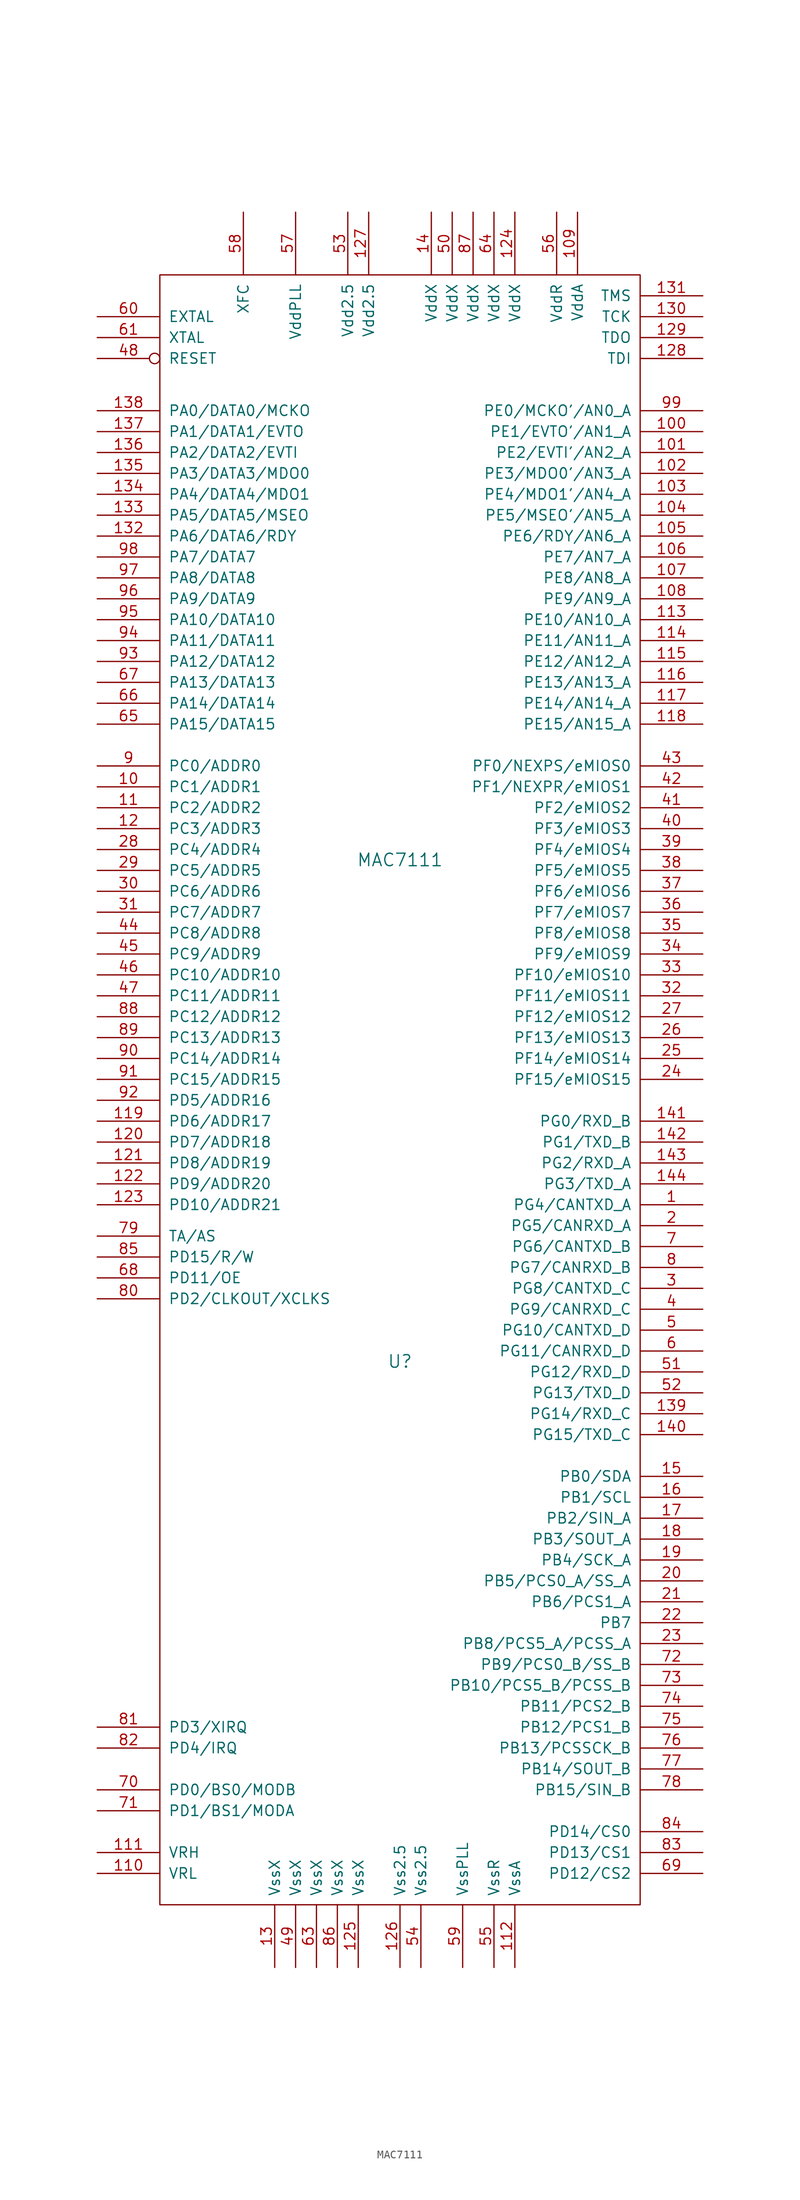
<source format=kicad_sym>
(kicad_symbol_lib
  (version 20211014)
  (generator kicad_symbol_editor)
  (symbol "MAC7111"
    (pin_names
      (offset 1.016))
    (property "Reference" "U"
      (at 0 -43.18 0)
      (effects (font (size 1.524 1.524))))
    (property "Value" "MAC7111"
      (at 0 17.78 0)
      (effects (font (size 1.524 1.524))))
    (property "Footprint" ""
      (at 0 0 0)
      (effects (font (size 1.524 1.524))))
    (property "Datasheet" ""
      (at 0 0 0)
      (effects (font (size 1.524 1.524))))
    (symbol "MAC7111_0_1"
      (rectangle (start 29.21 -109.22) (end -29.21 88.9) (stroke (width 0) (type default) (color 0 0 0 0)) (fill (type none))))
    (symbol "MAC7111_1_1"
      (pin bidirectional line (at 36.83 -24.13 180) (length 7.62) (name "PG4/CANTXD_A" (effects (font (size 1.27 1.27)))) (number "1" (effects (font (size 1.27 1.27)))))
      (pin bidirectional line (at -36.83 26.67 0) (length 7.62) (name "PC1/ADDR1" (effects (font (size 1.27 1.27)))) (number "10" (effects (font (size 1.27 1.27)))))
      (pin bidirectional line (at 36.83 69.85 180) (length 7.62) (name "PE1/EVTO'/AN1_A" (effects (font (size 1.27 1.27)))) (number "100" (effects (font (size 1.27 1.27)))))
      (pin bidirectional line (at 36.83 67.31 180) (length 7.62) (name "PE2/EVTI'/AN2_A" (effects (font (size 1.27 1.27)))) (number "101" (effects (font (size 1.27 1.27)))))
      (pin bidirectional line (at 36.83 64.77 180) (length 7.62) (name "PE3/MDO0'/AN3_A" (effects (font (size 1.27 1.27)))) (number "102" (effects (font (size 1.27 1.27)))))
      (pin bidirectional line (at 36.83 62.23 180) (length 7.62) (name "PE4/MDO1'/AN4_A" (effects (font (size 1.27 1.27)))) (number "103" (effects (font (size 1.27 1.27)))))
      (pin bidirectional line (at 36.83 59.69 180) (length 7.62) (name "PE5/MSEO'/AN5_A" (effects (font (size 1.27 1.27)))) (number "104" (effects (font (size 1.27 1.27)))))
      (pin bidirectional line (at 36.83 57.15 180) (length 7.62) (name "PE6/RDY/AN6_A" (effects (font (size 1.27 1.27)))) (number "105" (effects (font (size 1.27 1.27)))))
      (pin bidirectional line (at 36.83 54.61 180) (length 7.62) (name "PE7/AN7_A" (effects (font (size 1.27 1.27)))) (number "106" (effects (font (size 1.27 1.27)))))
      (pin bidirectional line (at 36.83 52.07 180) (length 7.62) (name "PE8/AN8_A" (effects (font (size 1.27 1.27)))) (number "107" (effects (font (size 1.27 1.27)))))
      (pin bidirectional line (at 36.83 49.53 180) (length 7.62) (name "PE9/AN9_A" (effects (font (size 1.27 1.27)))) (number "108" (effects (font (size 1.27 1.27)))))
      (pin power_in line (at 21.59 96.52 270) (length 7.62) (name "VddA" (effects (font (size 1.27 1.27)))) (number "109" (effects (font (size 1.27 1.27)))))
      (pin bidirectional line (at -36.83 24.13 0) (length 7.62) (name "PC2/ADDR2" (effects (font (size 1.27 1.27)))) (number "11" (effects (font (size 1.27 1.27)))))
      (pin passive line (at -36.83 -105.41 0) (length 7.62) (name "VRL" (effects (font (size 1.27 1.27)))) (number "110" (effects (font (size 1.27 1.27)))))
      (pin passive line (at -36.83 -102.87 0) (length 7.62) (name "VRH" (effects (font (size 1.27 1.27)))) (number "111" (effects (font (size 1.27 1.27)))))
      (pin power_in line (at 13.97 -116.84 90) (length 7.62) (name "VssA" (effects (font (size 1.27 1.27)))) (number "112" (effects (font (size 1.27 1.27)))))
      (pin bidirectional line (at 36.83 46.99 180) (length 7.62) (name "PE10/AN10_A" (effects (font (size 1.27 1.27)))) (number "113" (effects (font (size 1.27 1.27)))))
      (pin bidirectional line (at 36.83 44.45 180) (length 7.62) (name "PE11/AN11_A" (effects (font (size 1.27 1.27)))) (number "114" (effects (font (size 1.27 1.27)))))
      (pin bidirectional line (at 36.83 41.91 180) (length 7.62) (name "PE12/AN12_A" (effects (font (size 1.27 1.27)))) (number "115" (effects (font (size 1.27 1.27)))))
      (pin bidirectional line (at 36.83 39.37 180) (length 7.62) (name "PE13/AN13_A" (effects (font (size 1.27 1.27)))) (number "116" (effects (font (size 1.27 1.27)))))
      (pin bidirectional line (at 36.83 36.83 180) (length 7.62) (name "PE14/AN14_A" (effects (font (size 1.27 1.27)))) (number "117" (effects (font (size 1.27 1.27)))))
      (pin bidirectional line (at 36.83 34.29 180) (length 7.62) (name "PE15/AN15_A" (effects (font (size 1.27 1.27)))) (number "118" (effects (font (size 1.27 1.27)))))
      (pin bidirectional line (at -36.83 -13.97 0) (length 7.62) (name "PD6/ADDR17" (effects (font (size 1.27 1.27)))) (number "119" (effects (font (size 1.27 1.27)))))
      (pin bidirectional line (at -36.83 21.59 0) (length 7.62) (name "PC3/ADDR3" (effects (font (size 1.27 1.27)))) (number "12" (effects (font (size 1.27 1.27)))))
      (pin bidirectional line (at -36.83 -16.51 0) (length 7.62) (name "PD7/ADDR18" (effects (font (size 1.27 1.27)))) (number "120" (effects (font (size 1.27 1.27)))))
      (pin bidirectional line (at -36.83 -19.05 0) (length 7.62) (name "PD8/ADDR19" (effects (font (size 1.27 1.27)))) (number "121" (effects (font (size 1.27 1.27)))))
      (pin bidirectional line (at -36.83 -21.59 0) (length 7.62) (name "PD9/ADDR20" (effects (font (size 1.27 1.27)))) (number "122" (effects (font (size 1.27 1.27)))))
      (pin bidirectional line (at -36.83 -24.13 0) (length 7.62) (name "PD10/ADDR21" (effects (font (size 1.27 1.27)))) (number "123" (effects (font (size 1.27 1.27)))))
      (pin power_in line (at 13.97 96.52 270) (length 7.62) (name "VddX" (effects (font (size 1.27 1.27)))) (number "124" (effects (font (size 1.27 1.27)))))
      (pin power_in line (at -5.08 -116.84 90) (length 7.62) (name "VssX" (effects (font (size 1.27 1.27)))) (number "125" (effects (font (size 1.27 1.27)))))
      (pin power_in line (at 0 -116.84 90) (length 7.62) (name "Vss2.5" (effects (font (size 1.27 1.27)))) (number "126" (effects (font (size 1.27 1.27)))))
      (pin power_in line (at -3.81 96.52 270) (length 7.62) (name "Vdd2.5" (effects (font (size 1.27 1.27)))) (number "127" (effects (font (size 1.27 1.27)))))
      (pin input line (at 36.83 78.74 180) (length 7.62) (name "TDI" (effects (font (size 1.27 1.27)))) (number "128" (effects (font (size 1.27 1.27)))))
      (pin output line (at 36.83 81.28 180) (length 7.62) (name "TDO" (effects (font (size 1.27 1.27)))) (number "129" (effects (font (size 1.27 1.27)))))
      (pin power_in line (at -15.24 -116.84 90) (length 7.62) (name "VssX" (effects (font (size 1.27 1.27)))) (number "13" (effects (font (size 1.27 1.27)))))
      (pin input line (at 36.83 83.82 180) (length 7.62) (name "TCK" (effects (font (size 1.27 1.27)))) (number "130" (effects (font (size 1.27 1.27)))))
      (pin input line (at 36.83 86.36 180) (length 7.62) (name "TMS" (effects (font (size 1.27 1.27)))) (number "131" (effects (font (size 1.27 1.27)))))
      (pin bidirectional line (at -36.83 57.15 0) (length 7.62) (name "PA6/DATA6/RDY" (effects (font (size 1.27 1.27)))) (number "132" (effects (font (size 1.27 1.27)))))
      (pin bidirectional line (at -36.83 59.69 0) (length 7.62) (name "PA5/DATA5/MSEO" (effects (font (size 1.27 1.27)))) (number "133" (effects (font (size 1.27 1.27)))))
      (pin bidirectional line (at -36.83 62.23 0) (length 7.62) (name "PA4/DATA4/MDO1" (effects (font (size 1.27 1.27)))) (number "134" (effects (font (size 1.27 1.27)))))
      (pin bidirectional line (at -36.83 64.77 0) (length 7.62) (name "PA3/DATA3/MDO0" (effects (font (size 1.27 1.27)))) (number "135" (effects (font (size 1.27 1.27)))))
      (pin bidirectional line (at -36.83 67.31 0) (length 7.62) (name "PA2/DATA2/EVTI" (effects (font (size 1.27 1.27)))) (number "136" (effects (font (size 1.27 1.27)))))
      (pin bidirectional line (at -36.83 69.85 0) (length 7.62) (name "PA1/DATA1/EVTO" (effects (font (size 1.27 1.27)))) (number "137" (effects (font (size 1.27 1.27)))))
      (pin bidirectional line (at -36.83 72.39 0) (length 7.62) (name "PA0/DATA0/MCKO" (effects (font (size 1.27 1.27)))) (number "138" (effects (font (size 1.27 1.27)))))
      (pin bidirectional line (at 36.83 -49.53 180) (length 7.62) (name "PG14/RXD_C" (effects (font (size 1.27 1.27)))) (number "139" (effects (font (size 1.27 1.27)))))
      (pin power_in line (at 3.81 96.52 270) (length 7.62) (name "VddX" (effects (font (size 1.27 1.27)))) (number "14" (effects (font (size 1.27 1.27)))))
      (pin bidirectional line (at 36.83 -52.07 180) (length 7.62) (name "PG15/TXD_C" (effects (font (size 1.27 1.27)))) (number "140" (effects (font (size 1.27 1.27)))))
      (pin bidirectional line (at 36.83 -13.97 180) (length 7.62) (name "PG0/RXD_B" (effects (font (size 1.27 1.27)))) (number "141" (effects (font (size 1.27 1.27)))))
      (pin bidirectional line (at 36.83 -16.51 180) (length 7.62) (name "PG1/TXD_B" (effects (font (size 1.27 1.27)))) (number "142" (effects (font (size 1.27 1.27)))))
      (pin bidirectional line (at 36.83 -19.05 180) (length 7.62) (name "PG2/RXD_A" (effects (font (size 1.27 1.27)))) (number "143" (effects (font (size 1.27 1.27)))))
      (pin bidirectional line (at 36.83 -21.59 180) (length 7.62) (name "PG3/TXD_A" (effects (font (size 1.27 1.27)))) (number "144" (effects (font (size 1.27 1.27)))))
      (pin bidirectional line (at 36.83 -57.15 180) (length 7.62) (name "PB0/SDA" (effects (font (size 1.27 1.27)))) (number "15" (effects (font (size 1.27 1.27)))))
      (pin bidirectional line (at 36.83 -59.69 180) (length 7.62) (name "PB1/SCL" (effects (font (size 1.27 1.27)))) (number "16" (effects (font (size 1.27 1.27)))))
      (pin bidirectional line (at 36.83 -62.23 180) (length 7.62) (name "PB2/SIN_A" (effects (font (size 1.27 1.27)))) (number "17" (effects (font (size 1.27 1.27)))))
      (pin bidirectional line (at 36.83 -64.77 180) (length 7.62) (name "PB3/SOUT_A" (effects (font (size 1.27 1.27)))) (number "18" (effects (font (size 1.27 1.27)))))
      (pin bidirectional line (at 36.83 -67.31 180) (length 7.62) (name "PB4/SCK_A" (effects (font (size 1.27 1.27)))) (number "19" (effects (font (size 1.27 1.27)))))
      (pin bidirectional line (at 36.83 -26.67 180) (length 7.62) (name "PG5/CANRXD_A" (effects (font (size 1.27 1.27)))) (number "2" (effects (font (size 1.27 1.27)))))
      (pin bidirectional line (at 36.83 -69.85 180) (length 7.62) (name "PB5/PCS0_A/SS_A" (effects (font (size 1.27 1.27)))) (number "20" (effects (font (size 1.27 1.27)))))
      (pin bidirectional line (at 36.83 -72.39 180) (length 7.62) (name "PB6/PCS1_A" (effects (font (size 1.27 1.27)))) (number "21" (effects (font (size 1.27 1.27)))))
      (pin bidirectional line (at 36.83 -74.93 180) (length 7.62) (name "PB7" (effects (font (size 1.27 1.27)))) (number "22" (effects (font (size 1.27 1.27)))))
      (pin bidirectional line (at 36.83 -77.47 180) (length 7.62) (name "PB8/PCS5_A/PCSS_A" (effects (font (size 1.27 1.27)))) (number "23" (effects (font (size 1.27 1.27)))))
      (pin bidirectional line (at 36.83 -8.89 180) (length 7.62) (name "PF15/eMIOS15" (effects (font (size 1.27 1.27)))) (number "24" (effects (font (size 1.27 1.27)))))
      (pin bidirectional line (at 36.83 -6.35 180) (length 7.62) (name "PF14/eMIOS14" (effects (font (size 1.27 1.27)))) (number "25" (effects (font (size 1.27 1.27)))))
      (pin bidirectional line (at 36.83 -3.81 180) (length 7.62) (name "PF13/eMIOS13" (effects (font (size 1.27 1.27)))) (number "26" (effects (font (size 1.27 1.27)))))
      (pin bidirectional line (at 36.83 -1.27 180) (length 7.62) (name "PF12/eMIOS12" (effects (font (size 1.27 1.27)))) (number "27" (effects (font (size 1.27 1.27)))))
      (pin bidirectional line (at -36.83 19.05 0) (length 7.62) (name "PC4/ADDR4" (effects (font (size 1.27 1.27)))) (number "28" (effects (font (size 1.27 1.27)))))
      (pin bidirectional line (at -36.83 16.51 0) (length 7.62) (name "PC5/ADDR5" (effects (font (size 1.27 1.27)))) (number "29" (effects (font (size 1.27 1.27)))))
      (pin bidirectional line (at 36.83 -34.29 180) (length 7.62) (name "PG8/CANTXD_C" (effects (font (size 1.27 1.27)))) (number "3" (effects (font (size 1.27 1.27)))))
      (pin bidirectional line (at -36.83 13.97 0) (length 7.62) (name "PC6/ADDR6" (effects (font (size 1.27 1.27)))) (number "30" (effects (font (size 1.27 1.27)))))
      (pin bidirectional line (at -36.83 11.43 0) (length 7.62) (name "PC7/ADDR7" (effects (font (size 1.27 1.27)))) (number "31" (effects (font (size 1.27 1.27)))))
      (pin bidirectional line (at 36.83 1.27 180) (length 7.62) (name "PF11/eMIOS11" (effects (font (size 1.27 1.27)))) (number "32" (effects (font (size 1.27 1.27)))))
      (pin bidirectional line (at 36.83 3.81 180) (length 7.62) (name "PF10/eMIOS10" (effects (font (size 1.27 1.27)))) (number "33" (effects (font (size 1.27 1.27)))))
      (pin bidirectional line (at 36.83 6.35 180) (length 7.62) (name "PF9/eMIOS9" (effects (font (size 1.27 1.27)))) (number "34" (effects (font (size 1.27 1.27)))))
      (pin bidirectional line (at 36.83 8.89 180) (length 7.62) (name "PF8/eMIOS8" (effects (font (size 1.27 1.27)))) (number "35" (effects (font (size 1.27 1.27)))))
      (pin bidirectional line (at 36.83 11.43 180) (length 7.62) (name "PF7/eMIOS7" (effects (font (size 1.27 1.27)))) (number "36" (effects (font (size 1.27 1.27)))))
      (pin bidirectional line (at 36.83 13.97 180) (length 7.62) (name "PF6/eMIOS6" (effects (font (size 1.27 1.27)))) (number "37" (effects (font (size 1.27 1.27)))))
      (pin bidirectional line (at 36.83 16.51 180) (length 7.62) (name "PF5/eMIOS5" (effects (font (size 1.27 1.27)))) (number "38" (effects (font (size 1.27 1.27)))))
      (pin bidirectional line (at 36.83 19.05 180) (length 7.62) (name "PF4/eMIOS4" (effects (font (size 1.27 1.27)))) (number "39" (effects (font (size 1.27 1.27)))))
      (pin bidirectional line (at 36.83 -36.83 180) (length 7.62) (name "PG9/CANRXD_C" (effects (font (size 1.27 1.27)))) (number "4" (effects (font (size 1.27 1.27)))))
      (pin bidirectional line (at 36.83 21.59 180) (length 7.62) (name "PF3/eMIOS3" (effects (font (size 1.27 1.27)))) (number "40" (effects (font (size 1.27 1.27)))))
      (pin bidirectional line (at 36.83 24.13 180) (length 7.62) (name "PF2/eMIOS2" (effects (font (size 1.27 1.27)))) (number "41" (effects (font (size 1.27 1.27)))))
      (pin bidirectional line (at 36.83 26.67 180) (length 7.62) (name "PF1/NEXPR/eMIOS1" (effects (font (size 1.27 1.27)))) (number "42" (effects (font (size 1.27 1.27)))))
      (pin bidirectional line (at 36.83 29.21 180) (length 7.62) (name "PF0/NEXPS/eMIOS0" (effects (font (size 1.27 1.27)))) (number "43" (effects (font (size 1.27 1.27)))))
      (pin bidirectional line (at -36.83 8.89 0) (length 7.62) (name "PC8/ADDR8" (effects (font (size 1.27 1.27)))) (number "44" (effects (font (size 1.27 1.27)))))
      (pin bidirectional line (at -36.83 6.35 0) (length 7.62) (name "PC9/ADDR9" (effects (font (size 1.27 1.27)))) (number "45" (effects (font (size 1.27 1.27)))))
      (pin bidirectional line (at -36.83 3.81 0) (length 7.62) (name "PC10/ADDR10" (effects (font (size 1.27 1.27)))) (number "46" (effects (font (size 1.27 1.27)))))
      (pin bidirectional line (at -36.83 1.27 0) (length 7.62) (name "PC11/ADDR11" (effects (font (size 1.27 1.27)))) (number "47" (effects (font (size 1.27 1.27)))))
      (pin bidirectional inverted (at -36.83 78.74 0) (length 7.62) (name "RESET" (effects (font (size 1.27 1.27)))) (number "48" (effects (font (size 1.27 1.27)))))
      (pin power_in line (at -12.7 -116.84 90) (length 7.62) (name "VssX" (effects (font (size 1.27 1.27)))) (number "49" (effects (font (size 1.27 1.27)))))
      (pin bidirectional line (at 36.83 -39.37 180) (length 7.62) (name "PG10/CANTXD_D" (effects (font (size 1.27 1.27)))) (number "5" (effects (font (size 1.27 1.27)))))
      (pin power_in line (at 6.35 96.52 270) (length 7.62) (name "VddX" (effects (font (size 1.27 1.27)))) (number "50" (effects (font (size 1.27 1.27)))))
      (pin bidirectional line (at 36.83 -44.45 180) (length 7.62) (name "PG12/RXD_D" (effects (font (size 1.27 1.27)))) (number "51" (effects (font (size 1.27 1.27)))))
      (pin bidirectional line (at 36.83 -46.99 180) (length 7.62) (name "PG13/TXD_D" (effects (font (size 1.27 1.27)))) (number "52" (effects (font (size 1.27 1.27)))))
      (pin passive line (at -6.35 96.52 270) (length 7.62) (name "Vdd2.5" (effects (font (size 1.27 1.27)))) (number "53" (effects (font (size 1.27 1.27)))))
      (pin passive line (at 2.54 -116.84 90) (length 7.62) (name "Vss2.5" (effects (font (size 1.27 1.27)))) (number "54" (effects (font (size 1.27 1.27)))))
      (pin power_in line (at 11.43 -116.84 90) (length 7.62) (name "VssR" (effects (font (size 1.27 1.27)))) (number "55" (effects (font (size 1.27 1.27)))))
      (pin power_in line (at 19.05 96.52 270) (length 7.62) (name "VddR" (effects (font (size 1.27 1.27)))) (number "56" (effects (font (size 1.27 1.27)))))
      (pin passive line (at -12.7 96.52 270) (length 7.62) (name "VddPLL" (effects (font (size 1.27 1.27)))) (number "57" (effects (font (size 1.27 1.27)))))
      (pin bidirectional line (at -19.05 96.52 270) (length 7.62) (name "XFC" (effects (font (size 1.27 1.27)))) (number "58" (effects (font (size 1.27 1.27)))))
      (pin passive line (at 7.62 -116.84 90) (length 7.62) (name "VssPLL" (effects (font (size 1.27 1.27)))) (number "59" (effects (font (size 1.27 1.27)))))
      (pin bidirectional line (at 36.83 -41.91 180) (length 7.62) (name "PG11/CANRXD_D" (effects (font (size 1.27 1.27)))) (number "6" (effects (font (size 1.27 1.27)))))
      (pin input line (at -36.83 83.82 0) (length 7.62) (name "EXTAL" (effects (font (size 1.27 1.27)))) (number "60" (effects (font (size 1.27 1.27)))))
      (pin output line (at -36.83 81.28 0) (length 7.62) (name "XTAL" (effects (font (size 1.27 1.27)))) (number "61" (effects (font (size 1.27 1.27)))))
      (pin power_in line (at -10.16 -116.84 90) (length 7.62) (name "VssX" (effects (font (size 1.27 1.27)))) (number "63" (effects (font (size 1.27 1.27)))))
      (pin power_in line (at 11.43 96.52 270) (length 7.62) (name "VddX" (effects (font (size 1.27 1.27)))) (number "64" (effects (font (size 1.27 1.27)))))
      (pin bidirectional line (at -36.83 34.29 0) (length 7.62) (name "PA15/DATA15" (effects (font (size 1.27 1.27)))) (number "65" (effects (font (size 1.27 1.27)))))
      (pin bidirectional line (at -36.83 36.83 0) (length 7.62) (name "PA14/DATA14" (effects (font (size 1.27 1.27)))) (number "66" (effects (font (size 1.27 1.27)))))
      (pin bidirectional line (at -36.83 39.37 0) (length 7.62) (name "PA13/DATA13" (effects (font (size 1.27 1.27)))) (number "67" (effects (font (size 1.27 1.27)))))
      (pin bidirectional line (at -36.83 -33.02 0) (length 7.62) (name "PD11/OE" (effects (font (size 1.27 1.27)))) (number "68" (effects (font (size 1.27 1.27)))))
      (pin bidirectional line (at 36.83 -105.41 180) (length 7.62) (name "PD12/CS2" (effects (font (size 1.27 1.27)))) (number "69" (effects (font (size 1.27 1.27)))))
      (pin bidirectional line (at 36.83 -29.21 180) (length 7.62) (name "PG6/CANTXD_B" (effects (font (size 1.27 1.27)))) (number "7" (effects (font (size 1.27 1.27)))))
      (pin bidirectional line (at -36.83 -95.25 0) (length 7.62) (name "PD0/BS0/MODB" (effects (font (size 1.27 1.27)))) (number "70" (effects (font (size 1.27 1.27)))))
      (pin bidirectional line (at -36.83 -97.79 0) (length 7.62) (name "PD1/BS1/MODA" (effects (font (size 1.27 1.27)))) (number "71" (effects (font (size 1.27 1.27)))))
      (pin bidirectional line (at 36.83 -80.01 180) (length 7.62) (name "PB9/PCS0_B/SS_B" (effects (font (size 1.27 1.27)))) (number "72" (effects (font (size 1.27 1.27)))))
      (pin bidirectional line (at 36.83 -82.55 180) (length 7.62) (name "PB10/PCS5_B/PCSS_B" (effects (font (size 1.27 1.27)))) (number "73" (effects (font (size 1.27 1.27)))))
      (pin bidirectional line (at 36.83 -85.09 180) (length 7.62) (name "PB11/PCS2_B" (effects (font (size 1.27 1.27)))) (number "74" (effects (font (size 1.27 1.27)))))
      (pin bidirectional line (at 36.83 -87.63 180) (length 7.62) (name "PB12/PCS1_B" (effects (font (size 1.27 1.27)))) (number "75" (effects (font (size 1.27 1.27)))))
      (pin bidirectional line (at 36.83 -90.17 180) (length 7.62) (name "PB13/PCSSCK_B" (effects (font (size 1.27 1.27)))) (number "76" (effects (font (size 1.27 1.27)))))
      (pin bidirectional line (at 36.83 -92.71 180) (length 7.62) (name "PB14/SOUT_B" (effects (font (size 1.27 1.27)))) (number "77" (effects (font (size 1.27 1.27)))))
      (pin bidirectional line (at 36.83 -95.25 180) (length 7.62) (name "PB15/SIN_B" (effects (font (size 1.27 1.27)))) (number "78" (effects (font (size 1.27 1.27)))))
      (pin bidirectional line (at -36.83 -27.94 0) (length 7.62) (name "TA/AS" (effects (font (size 1.27 1.27)))) (number "79" (effects (font (size 1.27 1.27)))))
      (pin bidirectional line (at 36.83 -31.75 180) (length 7.62) (name "PG7/CANRXD_B" (effects (font (size 1.27 1.27)))) (number "8" (effects (font (size 1.27 1.27)))))
      (pin bidirectional line (at -36.83 -35.56 0) (length 7.62) (name "PD2/CLKOUT/XCLKS" (effects (font (size 1.27 1.27)))) (number "80" (effects (font (size 1.27 1.27)))))
      (pin bidirectional line (at -36.83 -87.63 0) (length 7.62) (name "PD3/XIRQ" (effects (font (size 1.27 1.27)))) (number "81" (effects (font (size 1.27 1.27)))))
      (pin bidirectional line (at -36.83 -90.17 0) (length 7.62) (name "PD4/IRQ" (effects (font (size 1.27 1.27)))) (number "82" (effects (font (size 1.27 1.27)))))
      (pin bidirectional line (at 36.83 -102.87 180) (length 7.62) (name "PD13/CS1" (effects (font (size 1.27 1.27)))) (number "83" (effects (font (size 1.27 1.27)))))
      (pin bidirectional line (at 36.83 -100.33 180) (length 7.62) (name "PD14/CS0" (effects (font (size 1.27 1.27)))) (number "84" (effects (font (size 1.27 1.27)))))
      (pin bidirectional line (at -36.83 -30.48 0) (length 7.62) (name "PD15/R/W" (effects (font (size 1.27 1.27)))) (number "85" (effects (font (size 1.27 1.27)))))
      (pin power_in line (at -7.62 -116.84 90) (length 7.62) (name "VssX" (effects (font (size 1.27 1.27)))) (number "86" (effects (font (size 1.27 1.27)))))
      (pin power_in line (at 8.89 96.52 270) (length 7.62) (name "VddX" (effects (font (size 1.27 1.27)))) (number "87" (effects (font (size 1.27 1.27)))))
      (pin bidirectional line (at -36.83 -1.27 0) (length 7.62) (name "PC12/ADDR12" (effects (font (size 1.27 1.27)))) (number "88" (effects (font (size 1.27 1.27)))))
      (pin bidirectional line (at -36.83 -3.81 0) (length 7.62) (name "PC13/ADDR13" (effects (font (size 1.27 1.27)))) (number "89" (effects (font (size 1.27 1.27)))))
      (pin bidirectional line (at -36.83 29.21 0) (length 7.62) (name "PC0/ADDR0" (effects (font (size 1.27 1.27)))) (number "9" (effects (font (size 1.27 1.27)))))
      (pin bidirectional line (at -36.83 -6.35 0) (length 7.62) (name "PC14/ADDR14" (effects (font (size 1.27 1.27)))) (number "90" (effects (font (size 1.27 1.27)))))
      (pin bidirectional line (at -36.83 -8.89 0) (length 7.62) (name "PC15/ADDR15" (effects (font (size 1.27 1.27)))) (number "91" (effects (font (size 1.27 1.27)))))
      (pin bidirectional line (at -36.83 -11.43 0) (length 7.62) (name "PD5/ADDR16" (effects (font (size 1.27 1.27)))) (number "92" (effects (font (size 1.27 1.27)))))
      (pin bidirectional line (at -36.83 41.91 0) (length 7.62) (name "PA12/DATA12" (effects (font (size 1.27 1.27)))) (number "93" (effects (font (size 1.27 1.27)))))
      (pin bidirectional line (at -36.83 44.45 0) (length 7.62) (name "PA11/DATA11" (effects (font (size 1.27 1.27)))) (number "94" (effects (font (size 1.27 1.27)))))
      (pin bidirectional line (at -36.83 46.99 0) (length 7.62) (name "PA10/DATA10" (effects (font (size 1.27 1.27)))) (number "95" (effects (font (size 1.27 1.27)))))
      (pin bidirectional line (at -36.83 49.53 0) (length 7.62) (name "PA9/DATA9" (effects (font (size 1.27 1.27)))) (number "96" (effects (font (size 1.27 1.27)))))
      (pin bidirectional line (at -36.83 52.07 0) (length 7.62) (name "PA8/DATA8" (effects (font (size 1.27 1.27)))) (number "97" (effects (font (size 1.27 1.27)))))
      (pin bidirectional line (at -36.83 54.61 0) (length 7.62) (name "PA7/DATA7" (effects (font (size 1.27 1.27)))) (number "98" (effects (font (size 1.27 1.27)))))
      (pin bidirectional line (at 36.83 72.39 180) (length 7.62) (name "PE0/MCKO'/AN0_A" (effects (font (size 1.27 1.27)))) (number "99" (effects (font (size 1.27 1.27))))))))
</source>
